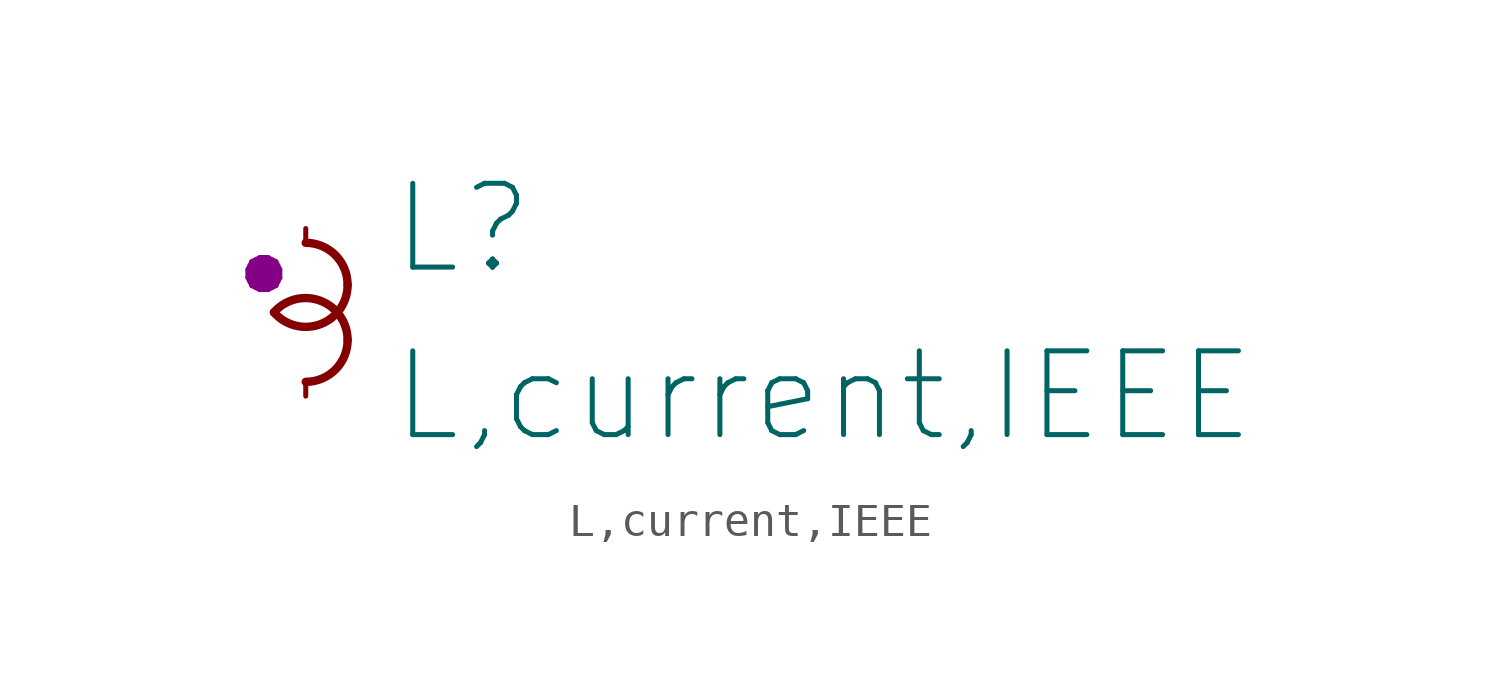
<source format=kicad_sym>
(kicad_symbol_lib
  (version 20211014)
  (generator kicad_symbol_editor)
  (symbol "L,current,IEEE"
    (pin_numbers hide)
    (pin_names
      (offset 0) hide)
    (property "Reference" "L"
      (at 2.54 2.54 0)
      (effects (font (size 2.54 2.54)) (justify left)))
    (property "Value" "L,current,IEEE"
      (at 2.54 -2.54 0)
      (effects (font (size 2.54 2.54)) (justify left)))
    (property "Indicator" "●"
      (at -1.27 1.27 0)
      (effects (font (size 1.27 1.27))))
    (symbol "L,current,IEEE_1_1"
      (arc (start -0.9652 0) (mid 0.4474 -0.3593) (end 1.27 0.8382) (stroke (width 0.254) (type default) (color 0 0 0 0)) (fill (type none)))
      (arc (start 0 -2.1082) (mid 0.898 -1.7362) (end 1.27 -0.8382) (stroke (width 0.254) (type default) (color 0 0 0 0)) (fill (type none)))
      (arc (start 1.27 -0.8382) (mid 0.4445 0.3515) (end -0.9652 0) (stroke (width 0.254) (type default) (color 0 0 0 0)) (fill (type none)))
      (arc (start 1.27 0.8382) (mid 0.898 1.7362) (end 0 2.1082) (stroke (width 0.254) (type default) (color 0 0 0 0)) (fill (type none)))
      (pin passive line (at 0 2.54 270) (length 0.432) (name "+" (effects (font (size 1.27 1.27)))) (number "1" (effects (font (size 1.829 1.829)))))
      (pin passive line (at 0 -2.54 90) (length 0.432) (name "-" (effects (font (size 1.27 1.27)))) (number "2" (effects (font (size 1.829 1.829))))))))
</source>
